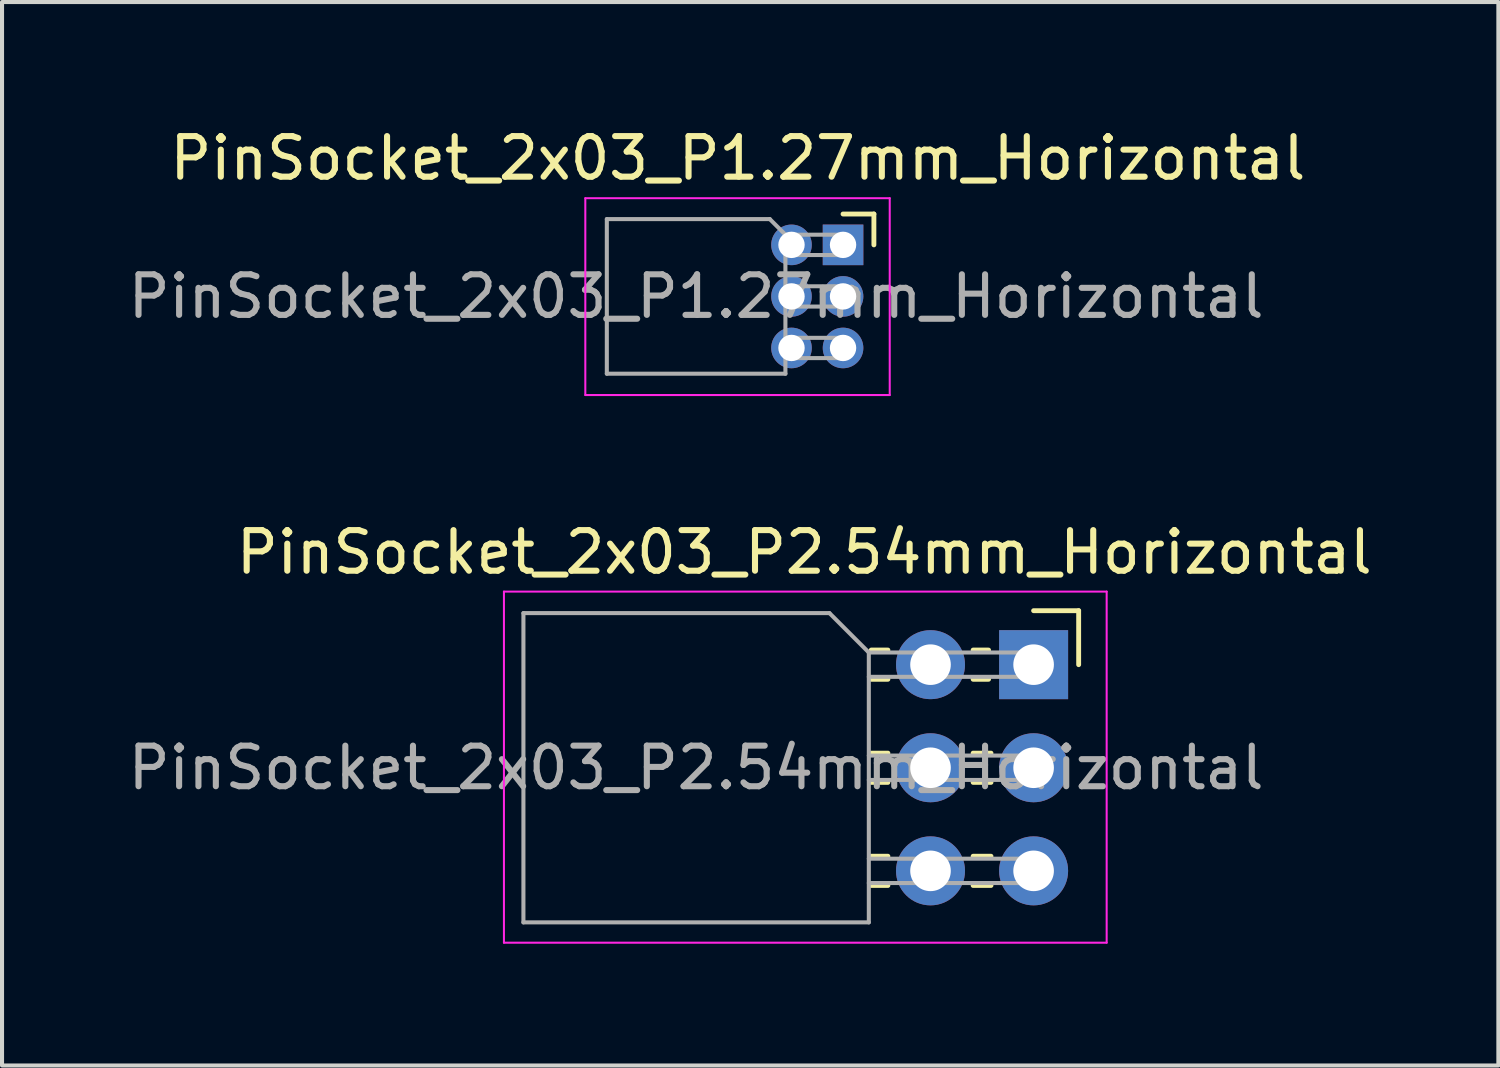
<source format=kicad_pcb>
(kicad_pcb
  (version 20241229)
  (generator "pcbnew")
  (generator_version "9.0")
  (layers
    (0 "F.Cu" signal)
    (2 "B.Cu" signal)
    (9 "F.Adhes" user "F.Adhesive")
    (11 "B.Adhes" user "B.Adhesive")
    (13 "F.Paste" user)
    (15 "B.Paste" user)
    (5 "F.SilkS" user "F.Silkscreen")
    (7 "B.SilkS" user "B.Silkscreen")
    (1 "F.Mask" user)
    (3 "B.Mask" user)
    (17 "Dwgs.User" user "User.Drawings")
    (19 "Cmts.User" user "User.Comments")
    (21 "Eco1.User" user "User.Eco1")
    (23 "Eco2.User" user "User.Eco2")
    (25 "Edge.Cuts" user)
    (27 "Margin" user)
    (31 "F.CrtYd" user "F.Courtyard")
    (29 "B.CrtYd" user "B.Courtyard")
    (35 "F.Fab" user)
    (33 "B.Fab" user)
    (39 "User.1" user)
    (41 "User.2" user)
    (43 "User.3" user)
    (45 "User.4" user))
  (footprint "PinSocket_2x03_P2.54mm_Horizontal"
    (layer "F.Cu")
    (at 22.416 13.326)
    (property "Reference" "PinSocket_2x03_P2.54mm_Horizontal" (at -5.65 -2.77 0) (layer "F.SilkS") (effects (font (size 1 1) (thickness 0.15))))
    (attr through_hole)
    (fp_line (start -4 -0.36) (end -3.59 -0.36) (stroke (width 0.12) (type solid)) (layer "F.SilkS"))
    (fp_line (start -4 0.36) (end -3.59 0.36) (stroke (width 0.12) (type solid)) (layer "F.SilkS"))
    (fp_line (start -4 2.18) (end -3.59 2.18) (stroke (width 0.12) (type solid)) (layer "F.SilkS"))
    (fp_line (start -4 2.9) (end -3.59 2.9) (stroke (width 0.12) (type solid)) (layer "F.SilkS"))
    (fp_line (start -4 4.72) (end -3.59 4.72) (stroke (width 0.12) (type solid)) (layer "F.SilkS"))
    (fp_line (start -4 5.44) (end -3.59 5.44) (stroke (width 0.12) (type solid)) (layer "F.SilkS"))
    (fp_line (start -1.49 -0.36) (end -1.11 -0.36) (stroke (width 0.12) (type solid)) (layer "F.SilkS"))
    (fp_line (start -1.49 0.36) (end -1.11 0.36) (stroke (width 0.12) (type solid)) (layer "F.SilkS"))
    (fp_line (start -1.49 2.18) (end -1.05 2.18) (stroke (width 0.12) (type solid)) (layer "F.SilkS"))
    (fp_line (start -1.49 2.9) (end -1.05 2.9) (stroke (width 0.12) (type solid)) (layer "F.SilkS"))
    (fp_line (start -1.49 4.72) (end -1.05 4.72) (stroke (width 0.12) (type solid)) (layer "F.SilkS"))
    (fp_line (start -1.49 5.44) (end -1.05 5.44) (stroke (width 0.12) (type solid)) (layer "F.SilkS"))
    (fp_line (start 0 -1.33) (end 1.11 -1.33) (stroke (width 0.12) (type solid)) (layer "F.SilkS"))
    (fp_line (start 1.11 -1.33) (end 1.11 0) (stroke (width 0.12) (type solid)) (layer "F.SilkS"))
    (fp_line (start -13.05 -1.8) (end -13.05 6.85) (stroke (width 0.05) (type solid)) (layer "F.CrtYd"))
    (fp_line (start -13.05 6.85) (end 1.8 6.85) (stroke (width 0.05) (type solid)) (layer "F.CrtYd"))
    (fp_line (start 1.8 -1.8) (end -13.05 -1.8) (stroke (width 0.05) (type solid)) (layer "F.CrtYd"))
    (fp_line (start 1.8 6.85) (end 1.8 -1.8) (stroke (width 0.05) (type solid)) (layer "F.CrtYd"))
    (fp_line (start -12.57 -1.27) (end -5.03 -1.27) (stroke (width 0.1) (type solid)) (layer "F.Fab"))
    (fp_line (start -12.57 6.35) (end -12.57 -1.27) (stroke (width 0.1) (type solid)) (layer "F.Fab"))
    (fp_line (start -5.03 -1.27) (end -4.06 -0.3) (stroke (width 0.1) (type solid)) (layer "F.Fab"))
    (fp_line (start -4.06 -0.3) (end -4.06 6.35) (stroke (width 0.1) (type solid)) (layer "F.Fab"))
    (fp_line (start -4.06 0.3) (end 0 0.3) (stroke (width 0.1) (type solid)) (layer "F.Fab"))
    (fp_line (start -4.06 2.84) (end 0 2.84) (stroke (width 0.1) (type solid)) (layer "F.Fab"))
    (fp_line (start -4.06 5.38) (end 0 5.38) (stroke (width 0.1) (type solid)) (layer "F.Fab"))
    (fp_line (start -4.06 6.35) (end -12.57 6.35) (stroke (width 0.1) (type solid)) (layer "F.Fab"))
    (fp_line (start 0 -0.3) (end -4.06 -0.3) (stroke (width 0.1) (type solid)) (layer "F.Fab"))
    (fp_line (start 0 0.3) (end 0 -0.3) (stroke (width 0.1) (type solid)) (layer "F.Fab"))
    (fp_line (start 0 2.24) (end -4.06 2.24) (stroke (width 0.1) (type solid)) (layer "F.Fab"))
    (fp_line (start 0 2.84) (end 0 2.24) (stroke (width 0.1) (type solid)) (layer "F.Fab"))
    (fp_line (start 0 4.78) (end -4.06 4.78) (stroke (width 0.1) (type solid)) (layer "F.Fab"))
    (fp_line (start 0 5.38) (end 0 4.78) (stroke (width 0.1) (type solid)) (layer "F.Fab"))
    (fp_text user "${REFERENCE}" (at -8.315 2.54 0) (layer "F.Fab") (effects (font (size 1 1) (thickness 0.15))))
    (pad "1" thru_hole rect (at 0 0) (size 1.7 1.7) (drill 1) (layers "*.Cu" "*.Mask"))
    (pad "2" thru_hole oval (at -2.54 0) (size 1.7 1.7) (drill 1) (layers "*.Cu" "*.Mask"))
    (pad "3" thru_hole oval (at 0 2.54) (size 1.7 1.7) (drill 1) (layers "*.Cu" "*.Mask"))
    (pad "4" thru_hole oval (at -2.54 2.54) (size 1.7 1.7) (drill 1) (layers "*.Cu" "*.Mask"))
    (pad "5" thru_hole oval (at 0 5.08) (size 1.7 1.7) (drill 1) (layers "*.Cu" "*.Mask"))
    (pad "6" thru_hole oval (at -2.54 5.08) (size 1.7 1.7) (drill 1) (layers "*.Cu" "*.Mask")))
  (footprint "PinSocket_2x03_P1.27mm_Horizontal"
    (layer "F.Cu")
    (at 17.721 2.983)
    (property "Reference" "PinSocket_2x03_P1.27mm_Horizontal" (at -2.592 -2.135 180) (layer "F.SilkS") (effects (font (size 1 1) (thickness 0.15))))
    (attr through_hole)
    (fp_line (start 0 -0.76) (end 0.76 -0.76) (stroke (width 0.12) (type solid)) (layer "F.SilkS"))
    (fp_line (start 0.76 -0.76) (end 0.76 0) (stroke (width 0.12) (type solid)) (layer "F.SilkS"))
    (fp_line (start -6.35 -1.15) (end -6.35 3.7) (stroke (width 0.05) (type solid)) (layer "F.CrtYd"))
    (fp_line (start -6.35 3.7) (end 1.15 3.7) (stroke (width 0.05) (type solid)) (layer "F.CrtYd"))
    (fp_line (start 1.15 -1.15) (end -6.35 -1.15) (stroke (width 0.05) (type solid)) (layer "F.CrtYd"))
    (fp_line (start 1.15 3.7) (end 1.15 -1.15) (stroke (width 0.05) (type solid)) (layer "F.CrtYd"))
    (fp_line (start -5.82 -0.635) (end -1.805 -0.635) (stroke (width 0.1) (type solid)) (layer "F.Fab"))
    (fp_line (start -5.82 3.175) (end -5.82 -0.635) (stroke (width 0.1) (type solid)) (layer "F.Fab"))
    (fp_line (start -1.805 -0.635) (end -1.42 -0.25) (stroke (width 0.1) (type solid)) (layer "F.Fab"))
    (fp_line (start -1.42 -0.25) (end -1.42 3.175) (stroke (width 0.1) (type solid)) (layer "F.Fab"))
    (fp_line (start -1.42 0.25) (end 0 0.25) (stroke (width 0.1) (type solid)) (layer "F.Fab"))
    (fp_line (start -1.42 1.52) (end 0 1.52) (stroke (width 0.1) (type solid)) (layer "F.Fab"))
    (fp_line (start -1.42 2.79) (end 0 2.79) (stroke (width 0.1) (type solid)) (layer "F.Fab"))
    (fp_line (start -1.42 3.175) (end -5.82 3.175) (stroke (width 0.1) (type solid)) (layer "F.Fab"))
    (fp_line (start 0 -0.25) (end -1.42 -0.25) (stroke (width 0.1) (type solid)) (layer "F.Fab"))
    (fp_line (start 0 0.25) (end 0 -0.25) (stroke (width 0.1) (type solid)) (layer "F.Fab"))
    (fp_line (start 0 1.02) (end -1.42 1.02) (stroke (width 0.1) (type solid)) (layer "F.Fab"))
    (fp_line (start 0 1.52) (end 0 1.02) (stroke (width 0.1) (type solid)) (layer "F.Fab"))
    (fp_line (start 0 2.29) (end -1.42 2.29) (stroke (width 0.1) (type solid)) (layer "F.Fab"))
    (fp_line (start 0 2.79) (end 0 2.29) (stroke (width 0.1) (type solid)) (layer "F.Fab"))
    (fp_text user "${REFERENCE}" (at -3.62 1.27 180) (layer "F.Fab") (effects (font (size 1 1) (thickness 0.15))))
    (pad "1" thru_hole rect (at 0 0) (size 1 1) (drill 0.65) (layers "*.Cu" "*.Mask"))
    (pad "2" thru_hole oval (at -1.27 0) (size 1 1) (drill 0.65) (layers "*.Cu" "*.Mask"))
    (pad "3" thru_hole oval (at 0 1.27) (size 1 1) (drill 0.65) (layers "*.Cu" "*.Mask"))
    (pad "4" thru_hole oval (at -1.27 1.27) (size 1 1) (drill 0.65) (layers "*.Cu" "*.Mask"))
    (pad "5" thru_hole oval (at 0 2.54) (size 1 1) (drill 0.65) (layers "*.Cu" "*.Mask"))
    (pad "6" thru_hole oval (at -1.27 2.54) (size 1 1) (drill 0.65) (layers "*.Cu" "*.Mask")))
  (gr_rect
    (start -3 -3)
    (end 33.867 23.201)
    (stroke (width 0.1) (type default))
    (fill no)
    (layer "Edge.Cuts")))
</source>
